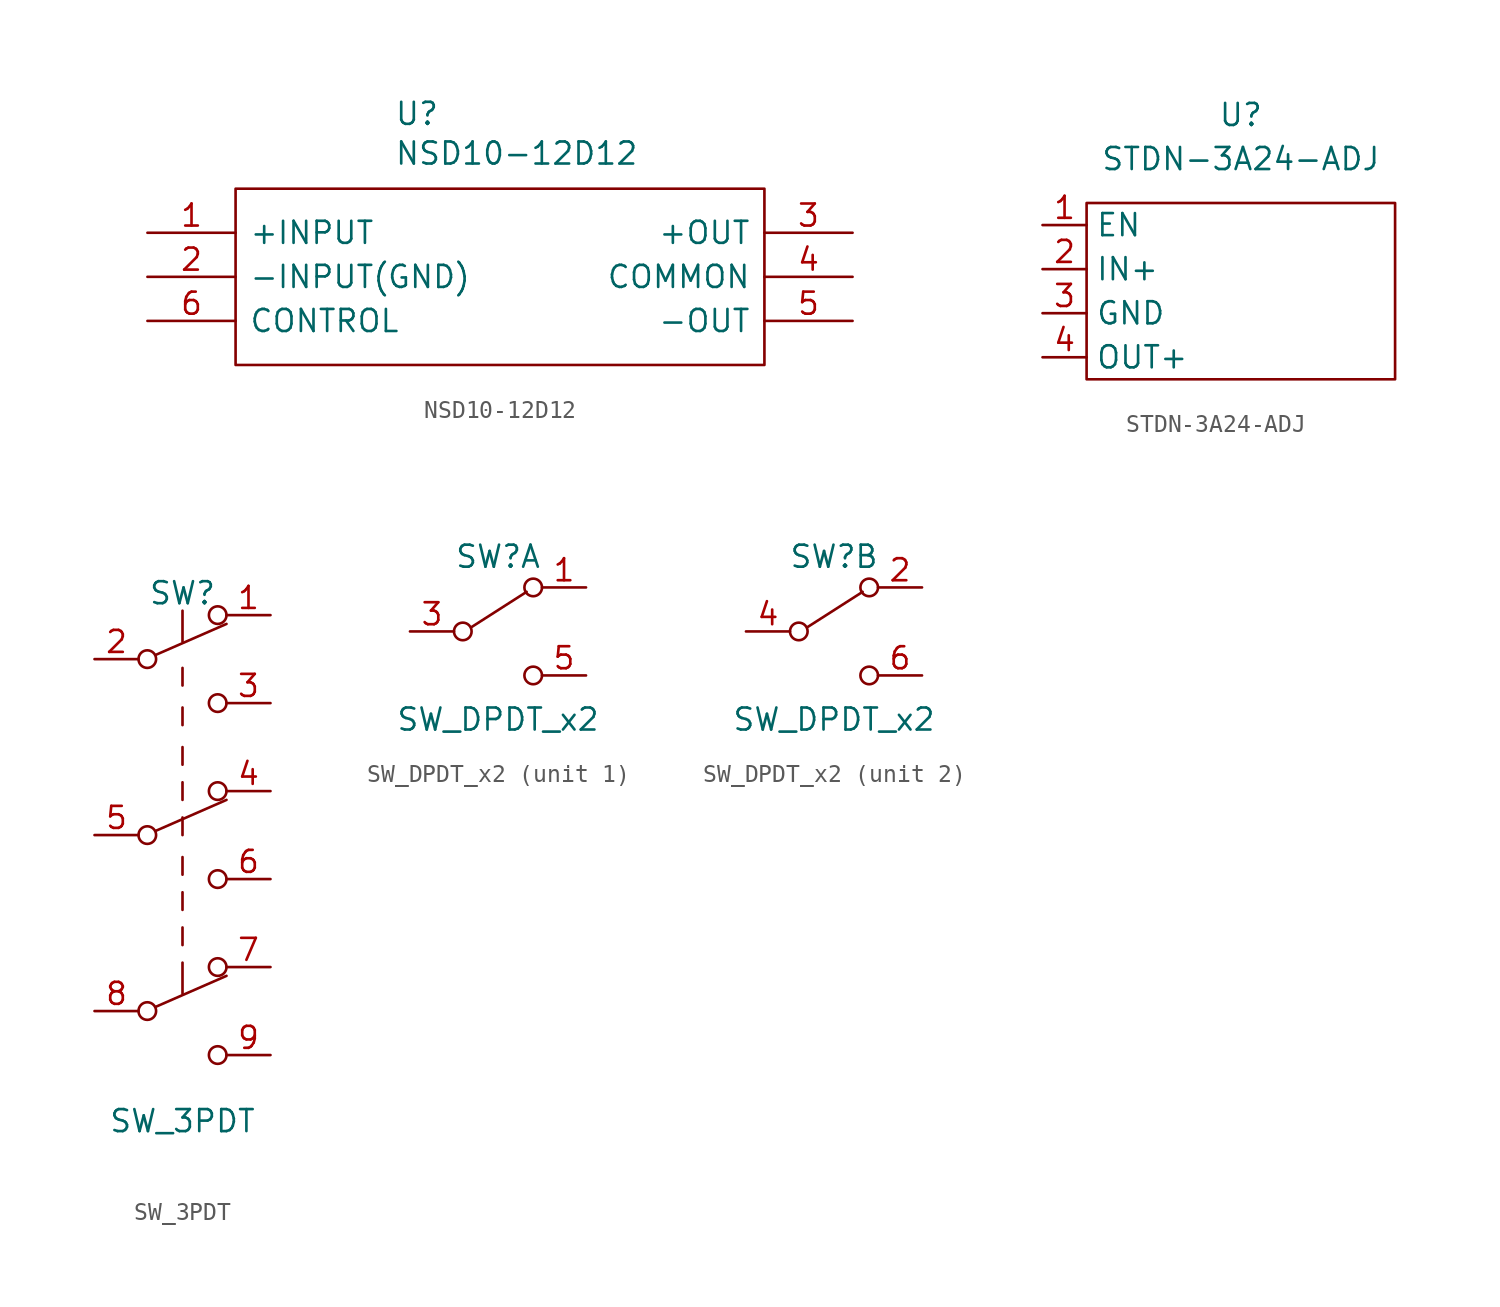
<source format=kicad_sym>
(kicad_symbol_lib
  (version 20211014)
  (generator kicad_symbol_editor)
  (symbol "NSD10-12D12"
    (pin_names
      (offset 0.762))
    (property "Reference" "U"
      (at 14.224 6.858 0)
      (effects (font (size 1.27 1.27)) (justify left)))
    (property "Value" "NSD10-12D12"
      (at 14.224 4.572 0)
      (effects (font (size 1.27 1.27)) (justify left)))
    (symbol "NSD10-12D12_0_0"
      (pin passive line (at 0 0 0) (length 5.08) (name "+INPUT" (effects (font (size 1.27 1.27)))) (number "1" (effects (font (size 1.27 1.27)))))
      (pin passive line (at 0 -2.54 0) (length 5.08) (name "-INPUT(GND)" (effects (font (size 1.27 1.27)))) (number "2" (effects (font (size 1.27 1.27)))))
      (pin passive line (at 40.64 0 180) (length 5.08) (name "+OUT" (effects (font (size 1.27 1.27)))) (number "3" (effects (font (size 1.27 1.27)))))
      (pin passive line (at 40.64 -2.54 180) (length 5.08) (name "COMMON" (effects (font (size 1.27 1.27)))) (number "4" (effects (font (size 1.27 1.27)))))
      (pin passive line (at 40.64 -5.08 180) (length 5.08) (name "-OUT" (effects (font (size 1.27 1.27)))) (number "5" (effects (font (size 1.27 1.27)))))
      (pin passive line (at 0 -5.08 0) (length 5.08) (name "CONTROL" (effects (font (size 1.27 1.27)))) (number "6" (effects (font (size 1.27 1.27))))))
    (symbol "NSD10-12D12_0_1"
      (polyline (pts (xy 5.08 2.54) (xy 35.56 2.54) (xy 35.56 -7.62) (xy 5.08 -7.62) (xy 5.08 2.54)) (stroke (width 0.152) (type default) (color 0 0 0 0)) (fill (type none)))))
  (symbol "STDN-3A24-ADJ"
    (property "Reference" "U"
      (at 0 10.16 0)
      (effects (font (size 1.27 1.27))))
    (property "Value" "STDN-3A24-ADJ"
      (at 0 7.62 0)
      (effects (font (size 1.27 1.27))))
    (symbol "STDN-3A24-ADJ_0_1"
      (rectangle (start -8.89 5.08) (end 8.89 -5.08) (stroke (width 0) (type default) (color 0 0 0 0)) (fill (type none))))
    (symbol "STDN-3A24-ADJ_1_1"
      (pin input line (at -11.43 3.81 0) (length 2.54) (name "EN" (effects (font (size 1.27 1.27)))) (number "1" (effects (font (size 1.27 1.27)))))
      (pin input line (at -11.43 1.27 0) (length 2.54) (name "IN+" (effects (font (size 1.27 1.27)))) (number "2" (effects (font (size 1.27 1.27)))))
      (pin input line (at -11.43 -1.27 0) (length 2.54) (name "GND" (effects (font (size 1.27 1.27)))) (number "3" (effects (font (size 1.27 1.27)))))
      (pin input line (at -11.43 -3.81 0) (length 2.54) (name "OUT+" (effects (font (size 1.27 1.27)))) (number "4" (effects (font (size 1.27 1.27)))))))
  (symbol "SW_3PDT"
    (pin_names
      (offset 0) hide)
    (property "Reference" "SW"
      (at 0 13.97 0)
      (effects (font (size 1.27 1.27))))
    (property "Value" "SW_3PDT"
      (at 0 -16.51 0)
      (effects (font (size 1.27 1.27))))
    (symbol "SW_3PDT_0_0"
      (circle (center -2.032 0) (radius 0.508) (stroke (width 0) (type default) (color 0 0 0 0)) (fill (type none)))
      (circle (center -2.032 10.16) (radius 0.508) (stroke (width 0) (type default) (color 0 0 0 0)) (fill (type none)))
      (circle (center 2.032 -2.54) (radius 0.508) (stroke (width 0) (type default) (color 0 0 0 0)) (fill (type none)))
      (circle (center 2.032 7.62) (radius 0.508) (stroke (width 0) (type default) (color 0 0 0 0)) (fill (type none))))
    (symbol "SW_3PDT_0_1"
      (polyline (pts (xy -1.524 0.254) (xy 2.54 2.032)) (stroke (width 0) (type default) (color 0 0 0 0)) (fill (type none)))
      (polyline (pts (xy -1.524 10.414) (xy 2.54 12.192)) (stroke (width 0) (type default) (color 0 0 0 0)) (fill (type none)))
      (polyline (pts (xy 0 4.064) (xy 0 5.08)) (stroke (width 0) (type default) (color 0 0 0 0)) (fill (type none)))
      (polyline (pts (xy 0 6.35) (xy 0 7.366)) (stroke (width 0) (type default) (color 0 0 0 0)) (fill (type none)))
      (polyline (pts (xy 0 8.636) (xy 0 9.652)) (stroke (width 0) (type default) (color 0 0 0 0)) (fill (type none)))
      (polyline (pts (xy 0 12.954) (xy 0 11.176)) (stroke (width 0) (type default) (color 0 0 0 0)) (fill (type none)))
      (circle (center 2.032 2.54) (radius 0.508) (stroke (width 0) (type default) (color 0 0 0 0)) (fill (type none)))
      (circle (center 2.032 12.7) (radius 0.508) (stroke (width 0) (type default) (color 0 0 0 0)) (fill (type none))))
    (symbol "SW_3PDT_1_1"
      (circle (center -2.032 -10.16) (radius 0.508) (stroke (width 0) (type default) (color 0 0 0 0)) (fill (type none)))
      (polyline (pts (xy -1.524 -9.906) (xy 2.54 -8.128)) (stroke (width 0) (type default) (color 0 0 0 0)) (fill (type none)))
      (polyline (pts (xy 0 -7.366) (xy 0 -9.144)) (stroke (width 0) (type default) (color 0 0 0 0)) (fill (type none)))
      (polyline (pts (xy 0 -6.35) (xy 0 -5.334)) (stroke (width 0) (type default) (color 0 0 0 0)) (fill (type none)))
      (polyline (pts (xy 0 -4.318) (xy 0 -3.302)) (stroke (width 0) (type default) (color 0 0 0 0)) (fill (type none)))
      (polyline (pts (xy 0 -2.286) (xy 0 -1.27)) (stroke (width 0) (type default) (color 0 0 0 0)) (fill (type none)))
      (polyline (pts (xy 0 0) (xy 0 1.016)) (stroke (width 0) (type default) (color 0 0 0 0)) (fill (type none)))
      (polyline (pts (xy 0 2.032) (xy 0 3.048)) (stroke (width 0) (type default) (color 0 0 0 0)) (fill (type none)))
      (circle (center 2.032 -12.7) (radius 0.508) (stroke (width 0) (type default) (color 0 0 0 0)) (fill (type none)))
      (circle (center 2.032 -7.62) (radius 0.508) (stroke (width 0) (type default) (color 0 0 0 0)) (fill (type none)))
      (pin passive line (at 5.08 12.7 180) (length 2.54) (name "A" (effects (font (size 1.27 1.27)))) (number "1" (effects (font (size 1.27 1.27)))))
      (pin passive line (at -5.08 10.16 0) (length 2.54) (name "B" (effects (font (size 1.27 1.27)))) (number "2" (effects (font (size 1.27 1.27)))))
      (pin passive line (at 5.08 7.62 180) (length 2.54) (name "C" (effects (font (size 1.27 1.27)))) (number "3" (effects (font (size 1.27 1.27)))))
      (pin passive line (at 5.08 2.54 180) (length 2.54) (name "A" (effects (font (size 1.27 1.27)))) (number "4" (effects (font (size 1.27 1.27)))))
      (pin passive line (at -5.08 0 0) (length 2.54) (name "B" (effects (font (size 1.27 1.27)))) (number "5" (effects (font (size 1.27 1.27)))))
      (pin passive line (at 5.08 -2.54 180) (length 2.54) (name "C" (effects (font (size 1.27 1.27)))) (number "6" (effects (font (size 1.27 1.27)))))
      (pin passive line (at 5.08 -7.62 180) (length 2.54) (name "A" (effects (font (size 1.27 1.27)))) (number "7" (effects (font (size 1.27 1.27)))))
      (pin passive line (at -5.08 -10.16 0) (length 2.54) (name "B" (effects (font (size 1.27 1.27)))) (number "8" (effects (font (size 1.27 1.27)))))
      (pin passive line (at 5.08 -12.7 180) (length 2.54) (name "C" (effects (font (size 1.27 1.27)))) (number "9" (effects (font (size 1.27 1.27)))))))
  (symbol "SW_DPDT_x2"
    (pin_names
      (offset 0) hide)
    (property "Reference" "SW"
      (at 0 4.318 0)
      (effects (font (size 1.27 1.27))))
    (property "Value" "SW_DPDT_x2"
      (at 0 -5.08 0)
      (effects (font (size 1.27 1.27))))
    (symbol "SW_DPDT_x2_0_0"
      (circle (center -2.032 0) (radius 0.508) (stroke (width 0) (type default) (color 0 0 0 0)) (fill (type none)))
      (circle (center 2.032 -2.54) (radius 0.508) (stroke (width 0) (type default) (color 0 0 0 0)) (fill (type none))))
    (symbol "SW_DPDT_x2_0_1"
      (polyline (pts (xy -1.524 0.254) (xy 1.651 2.286)) (stroke (width 0) (type default) (color 0 0 0 0)) (fill (type none)))
      (circle (center 2.032 2.54) (radius 0.508) (stroke (width 0) (type default) (color 0 0 0 0)) (fill (type none))))
    (symbol "SW_DPDT_x2_1_1"
      (pin passive line (at 5.08 2.54 180) (length 2.54) (name "A" (effects (font (size 1.27 1.27)))) (number "1" (effects (font (size 1.27 1.27)))))
      (pin passive line (at -5.08 0 0) (length 2.54) (name "B" (effects (font (size 1.27 1.27)))) (number "3" (effects (font (size 1.27 1.27)))))
      (pin passive line (at 5.08 -2.54 180) (length 2.54) (name "C" (effects (font (size 1.27 1.27)))) (number "5" (effects (font (size 1.27 1.27))))))
    (symbol "SW_DPDT_x2_2_1"
      (pin passive line (at 5.08 2.54 180) (length 2.54) (name "A" (effects (font (size 1.27 1.27)))) (number "2" (effects (font (size 1.27 1.27)))))
      (pin passive line (at -5.08 0 0) (length 2.54) (name "B" (effects (font (size 1.27 1.27)))) (number "4" (effects (font (size 1.27 1.27)))))
      (pin passive line (at 5.08 -2.54 180) (length 2.54) (name "C" (effects (font (size 1.27 1.27)))) (number "6" (effects (font (size 1.27 1.27))))))))
</source>
